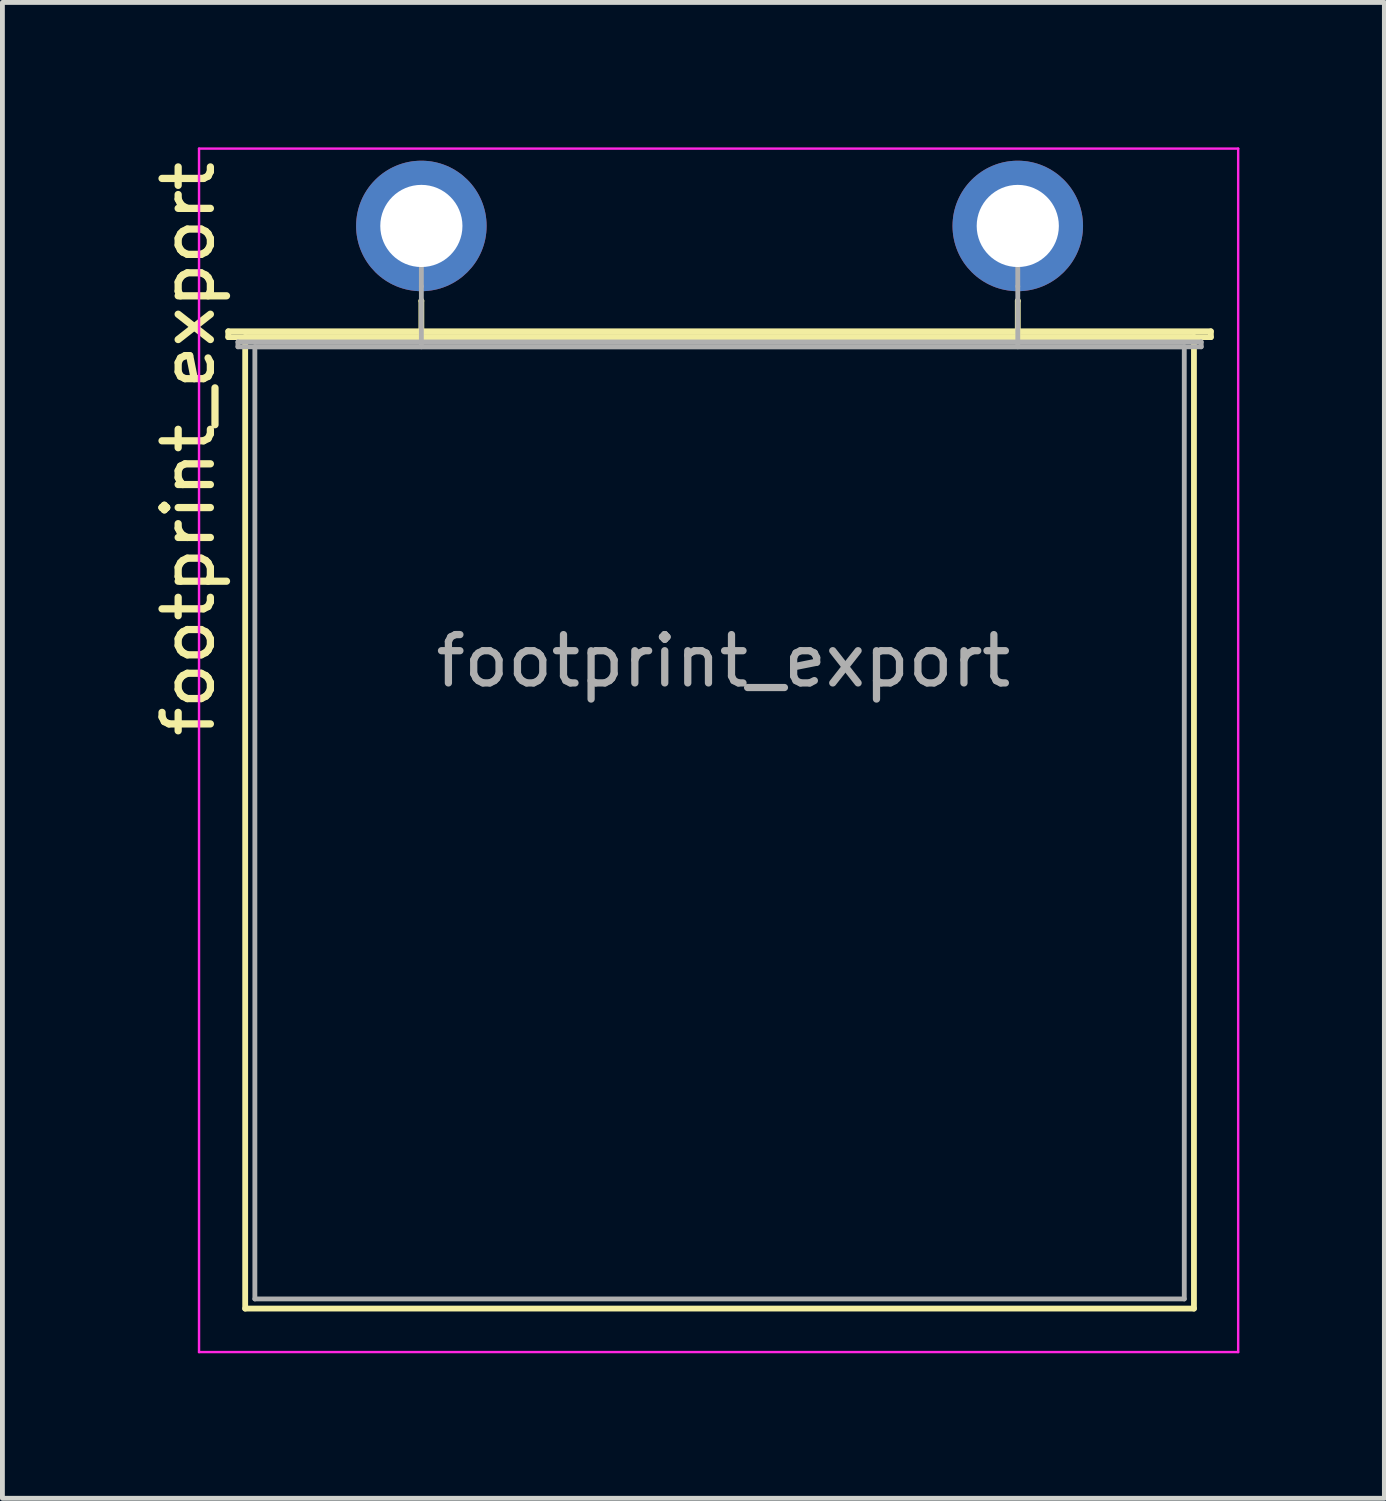
<source format=kicad_pcb>
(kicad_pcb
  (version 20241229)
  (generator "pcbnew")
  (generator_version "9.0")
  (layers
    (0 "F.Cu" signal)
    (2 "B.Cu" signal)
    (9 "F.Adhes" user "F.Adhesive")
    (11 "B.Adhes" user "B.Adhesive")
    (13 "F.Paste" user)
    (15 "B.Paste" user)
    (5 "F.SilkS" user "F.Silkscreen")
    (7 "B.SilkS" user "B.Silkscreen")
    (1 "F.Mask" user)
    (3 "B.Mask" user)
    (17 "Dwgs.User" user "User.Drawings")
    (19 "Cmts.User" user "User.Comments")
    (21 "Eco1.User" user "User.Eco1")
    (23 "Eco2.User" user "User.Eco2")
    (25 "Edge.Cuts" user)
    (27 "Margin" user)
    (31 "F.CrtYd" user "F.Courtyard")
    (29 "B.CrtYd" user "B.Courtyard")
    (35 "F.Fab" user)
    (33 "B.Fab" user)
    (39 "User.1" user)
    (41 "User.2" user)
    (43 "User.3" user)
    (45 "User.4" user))
  (footprint "footprint_export"
    (layer "F.Cu")
    (at 5.668 1.625)
    (property "Reference" "footprint_export" (at -4.82 4.612 90) (layer "F.SilkS") (effects (font (size 1 1) (thickness 0.15))))
    (attr through_hole)
    (fp_line (start -3.995 2.18) (end 16.335 2.18) (stroke (width 0.12) (type solid)) (layer "F.SilkS"))
    (fp_line (start -3.995 2.3) (end -3.995 2.18) (stroke (width 0.12) (type solid)) (layer "F.SilkS"))
    (fp_line (start -3.645 2.3) (end -3.645 22.4) (stroke (width 0.12) (type solid)) (layer "F.SilkS"))
    (fp_line (start -3.645 22.4) (end 15.985 22.4) (stroke (width 0.12) (type solid)) (layer "F.SilkS"))
    (fp_line (start 0 1.55) (end 0 1.55) (stroke (width 0.12) (type solid)) (layer "F.SilkS"))
    (fp_line (start 0 2.3) (end 0 1.55) (stroke (width 0.12) (type solid)) (layer "F.SilkS"))
    (fp_line (start 12.34 1.55) (end 12.34 1.55) (stroke (width 0.12) (type solid)) (layer "F.SilkS"))
    (fp_line (start 12.34 2.3) (end 12.34 1.55) (stroke (width 0.12) (type solid)) (layer "F.SilkS"))
    (fp_line (start 15.985 2.3) (end -3.645 2.3) (stroke (width 0.12) (type solid)) (layer "F.SilkS"))
    (fp_line (start 15.985 22.4) (end 15.985 2.3) (stroke (width 0.12) (type solid)) (layer "F.SilkS"))
    (fp_line (start 16.335 2.18) (end 16.335 2.3) (stroke (width 0.12) (type solid)) (layer "F.SilkS"))
    (fp_line (start 16.335 2.3) (end -3.995 2.3) (stroke (width 0.12) (type solid)) (layer "F.SilkS"))
    (fp_line (start -4.6 -1.6) (end -4.6 23.3) (stroke (width 0.05) (type solid)) (layer "F.CrtYd"))
    (fp_line (start -4.6 23.3) (end 16.9 23.3) (stroke (width 0.05) (type solid)) (layer "F.CrtYd"))
    (fp_line (start 16.9 -1.6) (end -4.6 -1.6) (stroke (width 0.05) (type solid)) (layer "F.CrtYd"))
    (fp_line (start 16.9 23.3) (end 16.9 -1.6) (stroke (width 0.05) (type solid)) (layer "F.CrtYd"))
    (fp_line (start -3.795 2.4) (end 16.135 2.4) (stroke (width 0.1) (type solid)) (layer "F.Fab"))
    (fp_line (start -3.795 2.5) (end -3.795 2.4) (stroke (width 0.1) (type solid)) (layer "F.Fab"))
    (fp_line (start -3.445 2.5) (end -3.445 22.2) (stroke (width 0.1) (type solid)) (layer "F.Fab"))
    (fp_line (start -3.445 22.2) (end 15.785 22.2) (stroke (width 0.1) (type solid)) (layer "F.Fab"))
    (fp_line (start 0 1.25) (end 0 0) (stroke (width 0.1) (type solid)) (layer "F.Fab"))
    (fp_line (start 0 2.5) (end 0 1.25) (stroke (width 0.1) (type solid)) (layer "F.Fab"))
    (fp_line (start 12.34 1.25) (end 12.34 0) (stroke (width 0.1) (type solid)) (layer "F.Fab"))
    (fp_line (start 12.34 2.5) (end 12.34 1.25) (stroke (width 0.1) (type solid)) (layer "F.Fab"))
    (fp_line (start 15.785 2.5) (end -3.445 2.5) (stroke (width 0.1) (type solid)) (layer "F.Fab"))
    (fp_line (start 15.785 22.2) (end 15.785 2.5) (stroke (width 0.1) (type solid)) (layer "F.Fab"))
    (fp_line (start 16.135 2.4) (end 16.135 2.5) (stroke (width 0.1) (type solid)) (layer "F.Fab"))
    (fp_line (start 16.135 2.5) (end -3.795 2.5) (stroke (width 0.1) (type solid)) (layer "F.Fab"))
    (fp_text user "${REFERENCE}" (at 6.25 9 0) (layer "F.Fab") (effects (font (size 1 1) (thickness 0.15))))
    (pad "1" thru_hole circle (at 0 0) (size 2.7 2.7) (drill 1.7) (layers "*.Cu" "*.Mask"))
    (pad "2" thru_hole circle (at 12.34 0) (size 2.7 2.7) (drill 1.7) (layers "*.Cu" "*.Mask")))
  (gr_rect
    (start -3 -3)
    (end 25.593 27.95)
    (stroke (width 0.1) (type default))
    (fill no)
    (layer "Edge.Cuts")))
</source>
